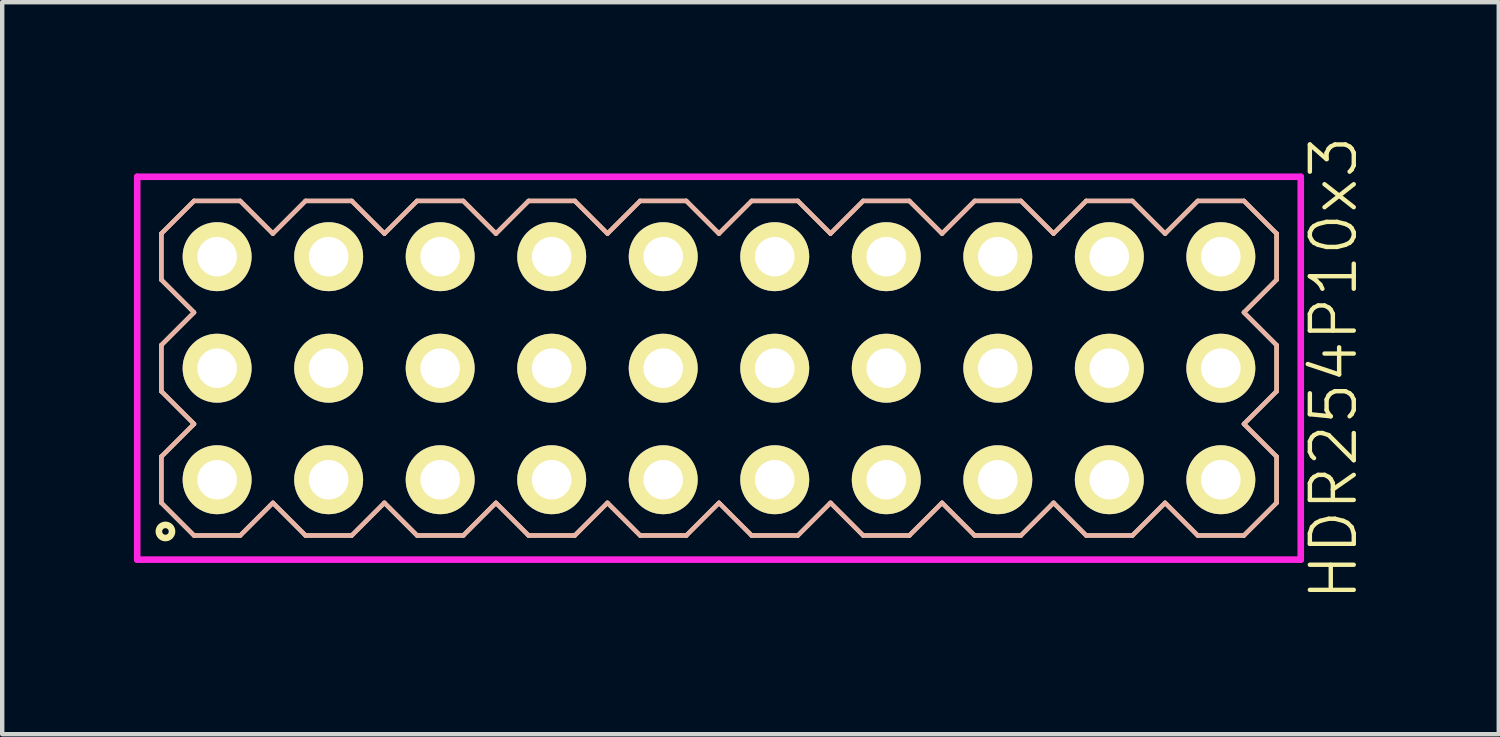
<source format=kicad_pcb>
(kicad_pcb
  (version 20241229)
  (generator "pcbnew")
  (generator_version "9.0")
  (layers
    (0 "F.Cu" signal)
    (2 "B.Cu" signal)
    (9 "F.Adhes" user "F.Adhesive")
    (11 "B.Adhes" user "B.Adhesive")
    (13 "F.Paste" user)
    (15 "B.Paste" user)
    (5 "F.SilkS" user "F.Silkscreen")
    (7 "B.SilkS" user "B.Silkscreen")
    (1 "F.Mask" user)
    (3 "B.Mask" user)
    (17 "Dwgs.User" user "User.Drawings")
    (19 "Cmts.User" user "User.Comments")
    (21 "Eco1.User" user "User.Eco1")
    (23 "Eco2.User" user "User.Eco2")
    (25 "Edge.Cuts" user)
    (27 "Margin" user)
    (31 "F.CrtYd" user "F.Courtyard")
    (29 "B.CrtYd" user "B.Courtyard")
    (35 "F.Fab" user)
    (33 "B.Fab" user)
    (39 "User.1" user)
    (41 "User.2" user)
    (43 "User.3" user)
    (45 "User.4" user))
  (footprint "HDR254P10x3"
    (layer "F.Cu")
    (at 13.325 5.336)
    (property "Reference" "HDR254P10x3" (at 14 0 90) (layer "F.SilkS") (effects (font (size 1 1) (thickness 0.1))))
    (attr through_hole)
    (fp_line (start -12.7 -3.066) (end -11.956 -3.81) (stroke (width 0.1) (type solid)) (layer "F.SilkS"))
    (fp_line (start -12.7 -2.014) (end -12.7 -3.066) (stroke (width 0.1) (type solid)) (layer "F.SilkS"))
    (fp_line (start -12.7 -0.526) (end -11.956 -1.27) (stroke (width 0.1) (type solid)) (layer "F.SilkS"))
    (fp_line (start -12.7 0.526) (end -12.7 -0.526) (stroke (width 0.1) (type solid)) (layer "F.SilkS"))
    (fp_line (start -12.7 2.014) (end -11.956 1.27) (stroke (width 0.1) (type solid)) (layer "F.SilkS"))
    (fp_line (start -12.7 3.066) (end -12.7 2.014) (stroke (width 0.1) (type solid)) (layer "F.SilkS"))
    (fp_line (start -11.956 -3.81) (end -10.904 -3.81) (stroke (width 0.1) (type solid)) (layer "F.SilkS"))
    (fp_line (start -11.956 -1.27) (end -12.7 -2.014) (stroke (width 0.1) (type solid)) (layer "F.SilkS"))
    (fp_line (start -11.956 1.27) (end -12.7 0.526) (stroke (width 0.1) (type solid)) (layer "F.SilkS"))
    (fp_line (start -11.956 3.81) (end -12.7 3.066) (stroke (width 0.1) (type solid)) (layer "F.SilkS"))
    (fp_line (start -10.904 -3.81) (end -10.16 -3.066) (stroke (width 0.1) (type solid)) (layer "F.SilkS"))
    (fp_line (start -10.904 3.81) (end -11.956 3.81) (stroke (width 0.1) (type solid)) (layer "F.SilkS"))
    (fp_line (start -10.16 -3.066) (end -9.416 -3.81) (stroke (width 0.1) (type solid)) (layer "F.SilkS"))
    (fp_line (start -10.16 3.066) (end -10.904 3.81) (stroke (width 0.1) (type solid)) (layer "F.SilkS"))
    (fp_line (start -9.416 -3.81) (end -8.364 -3.81) (stroke (width 0.1) (type solid)) (layer "F.SilkS"))
    (fp_line (start -9.416 3.81) (end -10.16 3.066) (stroke (width 0.1) (type solid)) (layer "F.SilkS"))
    (fp_line (start -8.364 -3.81) (end -7.62 -3.066) (stroke (width 0.1) (type solid)) (layer "F.SilkS"))
    (fp_line (start -8.364 3.81) (end -9.416 3.81) (stroke (width 0.1) (type solid)) (layer "F.SilkS"))
    (fp_line (start -7.62 -3.066) (end -6.876 -3.81) (stroke (width 0.1) (type solid)) (layer "F.SilkS"))
    (fp_line (start -7.62 3.066) (end -8.364 3.81) (stroke (width 0.1) (type solid)) (layer "F.SilkS"))
    (fp_line (start -6.876 -3.81) (end -5.824 -3.81) (stroke (width 0.1) (type solid)) (layer "F.SilkS"))
    (fp_line (start -6.876 3.81) (end -7.62 3.066) (stroke (width 0.1) (type solid)) (layer "F.SilkS"))
    (fp_line (start -5.824 -3.81) (end -5.08 -3.066) (stroke (width 0.1) (type solid)) (layer "F.SilkS"))
    (fp_line (start -5.824 3.81) (end -6.876 3.81) (stroke (width 0.1) (type solid)) (layer "F.SilkS"))
    (fp_line (start -5.08 -3.066) (end -4.336 -3.81) (stroke (width 0.1) (type solid)) (layer "F.SilkS"))
    (fp_line (start -5.08 3.066) (end -5.824 3.81) (stroke (width 0.1) (type solid)) (layer "F.SilkS"))
    (fp_line (start -4.336 -3.81) (end -3.284 -3.81) (stroke (width 0.1) (type solid)) (layer "F.SilkS"))
    (fp_line (start -4.336 3.81) (end -5.08 3.066) (stroke (width 0.1) (type solid)) (layer "F.SilkS"))
    (fp_line (start -3.284 -3.81) (end -2.54 -3.066) (stroke (width 0.1) (type solid)) (layer "F.SilkS"))
    (fp_line (start -3.284 3.81) (end -4.336 3.81) (stroke (width 0.1) (type solid)) (layer "F.SilkS"))
    (fp_line (start -2.54 -3.066) (end -1.796 -3.81) (stroke (width 0.1) (type solid)) (layer "F.SilkS"))
    (fp_line (start -2.54 3.066) (end -3.284 3.81) (stroke (width 0.1) (type solid)) (layer "F.SilkS"))
    (fp_line (start -1.796 -3.81) (end -0.744 -3.81) (stroke (width 0.1) (type solid)) (layer "F.SilkS"))
    (fp_line (start -1.796 3.81) (end -2.54 3.066) (stroke (width 0.1) (type solid)) (layer "F.SilkS"))
    (fp_line (start -0.744 -3.81) (end 0 -3.066) (stroke (width 0.1) (type solid)) (layer "F.SilkS"))
    (fp_line (start -0.744 3.81) (end -1.796 3.81) (stroke (width 0.1) (type solid)) (layer "F.SilkS"))
    (fp_line (start 0 -3.066) (end 0.744 -3.81) (stroke (width 0.1) (type solid)) (layer "F.SilkS"))
    (fp_line (start 0 3.066) (end -0.744 3.81) (stroke (width 0.1) (type solid)) (layer "F.SilkS"))
    (fp_line (start 0.744 -3.81) (end 1.796 -3.81) (stroke (width 0.1) (type solid)) (layer "F.SilkS"))
    (fp_line (start 0.744 3.81) (end 0 3.066) (stroke (width 0.1) (type solid)) (layer "F.SilkS"))
    (fp_line (start 1.796 -3.81) (end 2.54 -3.066) (stroke (width 0.1) (type solid)) (layer "F.SilkS"))
    (fp_line (start 1.796 3.81) (end 0.744 3.81) (stroke (width 0.1) (type solid)) (layer "F.SilkS"))
    (fp_line (start 2.54 -3.066) (end 3.284 -3.81) (stroke (width 0.1) (type solid)) (layer "F.SilkS"))
    (fp_line (start 2.54 3.066) (end 1.796 3.81) (stroke (width 0.1) (type solid)) (layer "F.SilkS"))
    (fp_line (start 3.284 -3.81) (end 4.336 -3.81) (stroke (width 0.1) (type solid)) (layer "F.SilkS"))
    (fp_line (start 3.284 3.81) (end 2.54 3.066) (stroke (width 0.1) (type solid)) (layer "F.SilkS"))
    (fp_line (start 4.336 -3.81) (end 5.08 -3.066) (stroke (width 0.1) (type solid)) (layer "F.SilkS"))
    (fp_line (start 4.336 3.81) (end 3.284 3.81) (stroke (width 0.1) (type solid)) (layer "F.SilkS"))
    (fp_line (start 5.08 -3.066) (end 5.824 -3.81) (stroke (width 0.1) (type solid)) (layer "F.SilkS"))
    (fp_line (start 5.08 3.066) (end 4.336 3.81) (stroke (width 0.1) (type solid)) (layer "F.SilkS"))
    (fp_line (start 5.824 -3.81) (end 6.876 -3.81) (stroke (width 0.1) (type solid)) (layer "F.SilkS"))
    (fp_line (start 5.824 3.81) (end 5.08 3.066) (stroke (width 0.1) (type solid)) (layer "F.SilkS"))
    (fp_line (start 6.876 -3.81) (end 7.62 -3.066) (stroke (width 0.1) (type solid)) (layer "F.SilkS"))
    (fp_line (start 6.876 3.81) (end 5.824 3.81) (stroke (width 0.1) (type solid)) (layer "F.SilkS"))
    (fp_line (start 7.62 -3.066) (end 8.364 -3.81) (stroke (width 0.1) (type solid)) (layer "F.SilkS"))
    (fp_line (start 7.62 3.066) (end 6.876 3.81) (stroke (width 0.1) (type solid)) (layer "F.SilkS"))
    (fp_line (start 8.364 -3.81) (end 9.416 -3.81) (stroke (width 0.1) (type solid)) (layer "F.SilkS"))
    (fp_line (start 8.364 3.81) (end 7.62 3.066) (stroke (width 0.1) (type solid)) (layer "F.SilkS"))
    (fp_line (start 9.416 -3.81) (end 10.16 -3.066) (stroke (width 0.1) (type solid)) (layer "F.SilkS"))
    (fp_line (start 9.416 3.81) (end 8.364 3.81) (stroke (width 0.1) (type solid)) (layer "F.SilkS"))
    (fp_line (start 10.16 -3.066) (end 10.904 -3.81) (stroke (width 0.1) (type solid)) (layer "F.SilkS"))
    (fp_line (start 10.16 3.066) (end 9.416 3.81) (stroke (width 0.1) (type solid)) (layer "F.SilkS"))
    (fp_line (start 10.904 -3.81) (end 11.956 -3.81) (stroke (width 0.1) (type solid)) (layer "F.SilkS"))
    (fp_line (start 10.904 3.81) (end 10.16 3.066) (stroke (width 0.1) (type solid)) (layer "F.SilkS"))
    (fp_line (start 11.956 -3.81) (end 12.7 -3.066) (stroke (width 0.1) (type solid)) (layer "F.SilkS"))
    (fp_line (start 11.956 -1.27) (end 12.7 -0.526) (stroke (width 0.1) (type solid)) (layer "F.SilkS"))
    (fp_line (start 11.956 1.27) (end 12.7 2.014) (stroke (width 0.1) (type solid)) (layer "F.SilkS"))
    (fp_line (start 11.956 3.81) (end 10.904 3.81) (stroke (width 0.1) (type solid)) (layer "F.SilkS"))
    (fp_line (start 12.7 -3.066) (end 12.7 -2.014) (stroke (width 0.1) (type solid)) (layer "F.SilkS"))
    (fp_line (start 12.7 -2.014) (end 11.956 -1.27) (stroke (width 0.1) (type solid)) (layer "F.SilkS"))
    (fp_line (start 12.7 -0.526) (end 12.7 0.526) (stroke (width 0.1) (type solid)) (layer "F.SilkS"))
    (fp_line (start 12.7 0.526) (end 11.956 1.27) (stroke (width 0.1) (type solid)) (layer "F.SilkS"))
    (fp_line (start 12.7 2.014) (end 12.7 3.066) (stroke (width 0.1) (type solid)) (layer "F.SilkS"))
    (fp_line (start 12.7 3.066) (end 11.956 3.81) (stroke (width 0.1) (type solid)) (layer "F.SilkS"))
    (fp_circle (center -12.607 3.718) (end -12.457 3.718) (stroke (width 0.15) (type solid)) (fill no) (layer "F.SilkS"))
    (fp_line (start -12.7 -3.066) (end -11.956 -3.81) (stroke (width 0.1) (type solid)) (layer "B.SilkS"))
    (fp_line (start -12.7 -2.014) (end -12.7 -3.066) (stroke (width 0.1) (type solid)) (layer "B.SilkS"))
    (fp_line (start -12.7 -0.526) (end -11.956 -1.27) (stroke (width 0.1) (type solid)) (layer "B.SilkS"))
    (fp_line (start -12.7 0.526) (end -12.7 -0.526) (stroke (width 0.1) (type solid)) (layer "B.SilkS"))
    (fp_line (start -12.7 2.014) (end -11.956 1.27) (stroke (width 0.1) (type solid)) (layer "B.SilkS"))
    (fp_line (start -12.7 3.066) (end -12.7 2.014) (stroke (width 0.1) (type solid)) (layer "B.SilkS"))
    (fp_line (start -11.956 -3.81) (end -10.904 -3.81) (stroke (width 0.1) (type solid)) (layer "B.SilkS"))
    (fp_line (start -11.956 -1.27) (end -12.7 -2.014) (stroke (width 0.1) (type solid)) (layer "B.SilkS"))
    (fp_line (start -11.956 1.27) (end -12.7 0.526) (stroke (width 0.1) (type solid)) (layer "B.SilkS"))
    (fp_line (start -11.956 3.81) (end -12.7 3.066) (stroke (width 0.1) (type solid)) (layer "B.SilkS"))
    (fp_line (start -10.904 -3.81) (end -10.16 -3.066) (stroke (width 0.1) (type solid)) (layer "B.SilkS"))
    (fp_line (start -10.904 3.81) (end -11.956 3.81) (stroke (width 0.1) (type solid)) (layer "B.SilkS"))
    (fp_line (start -10.16 -3.066) (end -9.416 -3.81) (stroke (width 0.1) (type solid)) (layer "B.SilkS"))
    (fp_line (start -10.16 3.066) (end -10.904 3.81) (stroke (width 0.1) (type solid)) (layer "B.SilkS"))
    (fp_line (start -9.416 -3.81) (end -8.364 -3.81) (stroke (width 0.1) (type solid)) (layer "B.SilkS"))
    (fp_line (start -9.416 3.81) (end -10.16 3.066) (stroke (width 0.1) (type solid)) (layer "B.SilkS"))
    (fp_line (start -8.364 -3.81) (end -7.62 -3.066) (stroke (width 0.1) (type solid)) (layer "B.SilkS"))
    (fp_line (start -8.364 3.81) (end -9.416 3.81) (stroke (width 0.1) (type solid)) (layer "B.SilkS"))
    (fp_line (start -7.62 -3.066) (end -6.876 -3.81) (stroke (width 0.1) (type solid)) (layer "B.SilkS"))
    (fp_line (start -7.62 3.066) (end -8.364 3.81) (stroke (width 0.1) (type solid)) (layer "B.SilkS"))
    (fp_line (start -6.876 -3.81) (end -5.824 -3.81) (stroke (width 0.1) (type solid)) (layer "B.SilkS"))
    (fp_line (start -6.876 3.81) (end -7.62 3.066) (stroke (width 0.1) (type solid)) (layer "B.SilkS"))
    (fp_line (start -5.824 -3.81) (end -5.08 -3.066) (stroke (width 0.1) (type solid)) (layer "B.SilkS"))
    (fp_line (start -5.824 3.81) (end -6.876 3.81) (stroke (width 0.1) (type solid)) (layer "B.SilkS"))
    (fp_line (start -5.08 -3.066) (end -4.336 -3.81) (stroke (width 0.1) (type solid)) (layer "B.SilkS"))
    (fp_line (start -5.08 3.066) (end -5.824 3.81) (stroke (width 0.1) (type solid)) (layer "B.SilkS"))
    (fp_line (start -4.336 -3.81) (end -3.284 -3.81) (stroke (width 0.1) (type solid)) (layer "B.SilkS"))
    (fp_line (start -4.336 3.81) (end -5.08 3.066) (stroke (width 0.1) (type solid)) (layer "B.SilkS"))
    (fp_line (start -3.284 -3.81) (end -2.54 -3.066) (stroke (width 0.1) (type solid)) (layer "B.SilkS"))
    (fp_line (start -3.284 3.81) (end -4.336 3.81) (stroke (width 0.1) (type solid)) (layer "B.SilkS"))
    (fp_line (start -2.54 -3.066) (end -1.796 -3.81) (stroke (width 0.1) (type solid)) (layer "B.SilkS"))
    (fp_line (start -2.54 3.066) (end -3.284 3.81) (stroke (width 0.1) (type solid)) (layer "B.SilkS"))
    (fp_line (start -1.796 -3.81) (end -0.744 -3.81) (stroke (width 0.1) (type solid)) (layer "B.SilkS"))
    (fp_line (start -1.796 3.81) (end -2.54 3.066) (stroke (width 0.1) (type solid)) (layer "B.SilkS"))
    (fp_line (start -0.744 -3.81) (end 0 -3.066) (stroke (width 0.1) (type solid)) (layer "B.SilkS"))
    (fp_line (start -0.744 3.81) (end -1.796 3.81) (stroke (width 0.1) (type solid)) (layer "B.SilkS"))
    (fp_line (start 0 -3.066) (end 0.744 -3.81) (stroke (width 0.1) (type solid)) (layer "B.SilkS"))
    (fp_line (start 0 3.066) (end -0.744 3.81) (stroke (width 0.1) (type solid)) (layer "B.SilkS"))
    (fp_line (start 0.744 -3.81) (end 1.796 -3.81) (stroke (width 0.1) (type solid)) (layer "B.SilkS"))
    (fp_line (start 0.744 3.81) (end 0 3.066) (stroke (width 0.1) (type solid)) (layer "B.SilkS"))
    (fp_line (start 1.796 -3.81) (end 2.54 -3.066) (stroke (width 0.1) (type solid)) (layer "B.SilkS"))
    (fp_line (start 1.796 3.81) (end 0.744 3.81) (stroke (width 0.1) (type solid)) (layer "B.SilkS"))
    (fp_line (start 2.54 -3.066) (end 3.284 -3.81) (stroke (width 0.1) (type solid)) (layer "B.SilkS"))
    (fp_line (start 2.54 3.066) (end 1.796 3.81) (stroke (width 0.1) (type solid)) (layer "B.SilkS"))
    (fp_line (start 3.284 -3.81) (end 4.336 -3.81) (stroke (width 0.1) (type solid)) (layer "B.SilkS"))
    (fp_line (start 3.284 3.81) (end 2.54 3.066) (stroke (width 0.1) (type solid)) (layer "B.SilkS"))
    (fp_line (start 4.336 -3.81) (end 5.08 -3.066) (stroke (width 0.1) (type solid)) (layer "B.SilkS"))
    (fp_line (start 4.336 3.81) (end 3.284 3.81) (stroke (width 0.1) (type solid)) (layer "B.SilkS"))
    (fp_line (start 5.08 -3.066) (end 5.824 -3.81) (stroke (width 0.1) (type solid)) (layer "B.SilkS"))
    (fp_line (start 5.08 3.066) (end 4.336 3.81) (stroke (width 0.1) (type solid)) (layer "B.SilkS"))
    (fp_line (start 5.824 -3.81) (end 6.876 -3.81) (stroke (width 0.1) (type solid)) (layer "B.SilkS"))
    (fp_line (start 5.824 3.81) (end 5.08 3.066) (stroke (width 0.1) (type solid)) (layer "B.SilkS"))
    (fp_line (start 6.876 -3.81) (end 7.62 -3.066) (stroke (width 0.1) (type solid)) (layer "B.SilkS"))
    (fp_line (start 6.876 3.81) (end 5.824 3.81) (stroke (width 0.1) (type solid)) (layer "B.SilkS"))
    (fp_line (start 7.62 -3.066) (end 8.364 -3.81) (stroke (width 0.1) (type solid)) (layer "B.SilkS"))
    (fp_line (start 7.62 3.066) (end 6.876 3.81) (stroke (width 0.1) (type solid)) (layer "B.SilkS"))
    (fp_line (start 8.364 -3.81) (end 9.416 -3.81) (stroke (width 0.1) (type solid)) (layer "B.SilkS"))
    (fp_line (start 8.364 3.81) (end 7.62 3.066) (stroke (width 0.1) (type solid)) (layer "B.SilkS"))
    (fp_line (start 9.416 -3.81) (end 10.16 -3.066) (stroke (width 0.1) (type solid)) (layer "B.SilkS"))
    (fp_line (start 9.416 3.81) (end 8.364 3.81) (stroke (width 0.1) (type solid)) (layer "B.SilkS"))
    (fp_line (start 10.16 -3.066) (end 10.904 -3.81) (stroke (width 0.1) (type solid)) (layer "B.SilkS"))
    (fp_line (start 10.16 3.066) (end 9.416 3.81) (stroke (width 0.1) (type solid)) (layer "B.SilkS"))
    (fp_line (start 10.904 -3.81) (end 11.956 -3.81) (stroke (width 0.1) (type solid)) (layer "B.SilkS"))
    (fp_line (start 10.904 3.81) (end 10.16 3.066) (stroke (width 0.1) (type solid)) (layer "B.SilkS"))
    (fp_line (start 11.956 -3.81) (end 12.7 -3.066) (stroke (width 0.1) (type solid)) (layer "B.SilkS"))
    (fp_line (start 11.956 -1.27) (end 12.7 -0.526) (stroke (width 0.1) (type solid)) (layer "B.SilkS"))
    (fp_line (start 11.956 1.27) (end 12.7 2.014) (stroke (width 0.1) (type solid)) (layer "B.SilkS"))
    (fp_line (start 11.956 3.81) (end 10.904 3.81) (stroke (width 0.1) (type solid)) (layer "B.SilkS"))
    (fp_line (start 12.7 -3.066) (end 12.7 -2.014) (stroke (width 0.1) (type solid)) (layer "B.SilkS"))
    (fp_line (start 12.7 -2.014) (end 11.956 -1.27) (stroke (width 0.1) (type solid)) (layer "B.SilkS"))
    (fp_line (start 12.7 -0.526) (end 12.7 0.526) (stroke (width 0.1) (type solid)) (layer "B.SilkS"))
    (fp_line (start 12.7 0.526) (end 11.956 1.27) (stroke (width 0.1) (type solid)) (layer "B.SilkS"))
    (fp_line (start 12.7 2.014) (end 12.7 3.066) (stroke (width 0.1) (type solid)) (layer "B.SilkS"))
    (fp_line (start 12.7 3.066) (end 11.956 3.81) (stroke (width 0.1) (type solid)) (layer "B.SilkS"))
    (fp_line (start -13.25 -4.36) (end -13.25 4.36) (stroke (width 0.15) (type solid)) (layer "F.CrtYd"))
    (fp_line (start -13.25 4.36) (end 13.25 4.36) (stroke (width 0.15) (type solid)) (layer "F.CrtYd"))
    (fp_line (start 13.25 -4.36) (end -13.25 -4.36) (stroke (width 0.15) (type solid)) (layer "F.CrtYd"))
    (fp_line (start 13.25 4.36) (end 13.25 -4.36) (stroke (width 0.15) (type solid)) (layer "F.CrtYd"))
    (pad "1" thru_hole oval (at -11.43 2.54) (size 1.57 1.57) (drill 0.9) (layers "*.Cu" "*.Mask" "F.SilkS"))
    (pad "2" thru_hole oval (at -11.43 0) (size 1.57 1.57) (drill 0.9) (layers "*.Cu" "*.Mask" "F.SilkS"))
    (pad "3" thru_hole oval (at -11.43 -2.54) (size 1.57 1.57) (drill 0.9) (layers "*.Cu" "*.Mask" "F.SilkS"))
    (pad "4" thru_hole oval (at -8.89 2.54) (size 1.57 1.57) (drill 0.9) (layers "*.Cu" "*.Mask" "F.SilkS"))
    (pad "5" thru_hole oval (at -8.89 0) (size 1.57 1.57) (drill 0.9) (layers "*.Cu" "*.Mask" "F.SilkS"))
    (pad "6" thru_hole oval (at -8.89 -2.54) (size 1.57 1.57) (drill 0.9) (layers "*.Cu" "*.Mask" "F.SilkS"))
    (pad "7" thru_hole oval (at -6.35 2.54) (size 1.57 1.57) (drill 0.9) (layers "*.Cu" "*.Mask" "F.SilkS"))
    (pad "8" thru_hole oval (at -6.35 0) (size 1.57 1.57) (drill 0.9) (layers "*.Cu" "*.Mask" "F.SilkS"))
    (pad "9" thru_hole oval (at -6.35 -2.54) (size 1.57 1.57) (drill 0.9) (layers "*.Cu" "*.Mask" "F.SilkS"))
    (pad "10" thru_hole oval (at -3.81 2.54) (size 1.57 1.57) (drill 0.9) (layers "*.Cu" "*.Mask" "F.SilkS"))
    (pad "11" thru_hole oval (at -3.81 0) (size 1.57 1.57) (drill 0.9) (layers "*.Cu" "*.Mask" "F.SilkS"))
    (pad "12" thru_hole oval (at -3.81 -2.54) (size 1.57 1.57) (drill 0.9) (layers "*.Cu" "*.Mask" "F.SilkS"))
    (pad "13" thru_hole oval (at -1.27 2.54) (size 1.57 1.57) (drill 0.9) (layers "*.Cu" "*.Mask" "F.SilkS"))
    (pad "14" thru_hole oval (at -1.27 0) (size 1.57 1.57) (drill 0.9) (layers "*.Cu" "*.Mask" "F.SilkS"))
    (pad "15" thru_hole oval (at -1.27 -2.54) (size 1.57 1.57) (drill 0.9) (layers "*.Cu" "*.Mask" "F.SilkS"))
    (pad "16" thru_hole oval (at 1.27 2.54) (size 1.57 1.57) (drill 0.9) (layers "*.Cu" "*.Mask" "F.SilkS"))
    (pad "17" thru_hole oval (at 1.27 0) (size 1.57 1.57) (drill 0.9) (layers "*.Cu" "*.Mask" "F.SilkS"))
    (pad "18" thru_hole oval (at 1.27 -2.54) (size 1.57 1.57) (drill 0.9) (layers "*.Cu" "*.Mask" "F.SilkS"))
    (pad "19" thru_hole oval (at 3.81 2.54) (size 1.57 1.57) (drill 0.9) (layers "*.Cu" "*.Mask" "F.SilkS"))
    (pad "20" thru_hole oval (at 3.81 0) (size 1.57 1.57) (drill 0.9) (layers "*.Cu" "*.Mask" "F.SilkS"))
    (pad "21" thru_hole oval (at 3.81 -2.54) (size 1.57 1.57) (drill 0.9) (layers "*.Cu" "*.Mask" "F.SilkS"))
    (pad "22" thru_hole oval (at 6.35 2.54) (size 1.57 1.57) (drill 0.9) (layers "*.Cu" "*.Mask" "F.SilkS"))
    (pad "23" thru_hole oval (at 6.35 0) (size 1.57 1.57) (drill 0.9) (layers "*.Cu" "*.Mask" "F.SilkS"))
    (pad "24" thru_hole oval (at 6.35 -2.54) (size 1.57 1.57) (drill 0.9) (layers "*.Cu" "*.Mask" "F.SilkS"))
    (pad "25" thru_hole oval (at 8.89 2.54) (size 1.57 1.57) (drill 0.9) (layers "*.Cu" "*.Mask" "F.SilkS"))
    (pad "26" thru_hole oval (at 8.89 0) (size 1.57 1.57) (drill 0.9) (layers "*.Cu" "*.Mask" "F.SilkS"))
    (pad "27" thru_hole oval (at 8.89 -2.54) (size 1.57 1.57) (drill 0.9) (layers "*.Cu" "*.Mask" "F.SilkS"))
    (pad "28" thru_hole oval (at 11.43 2.54) (size 1.57 1.57) (drill 0.9) (layers "*.Cu" "*.Mask" "F.SilkS"))
    (pad "29" thru_hole oval (at 11.43 0) (size 1.57 1.57) (drill 0.9) (layers "*.Cu" "*.Mask" "F.SilkS"))
    (pad "30" thru_hole oval (at 11.43 -2.54) (size 1.57 1.57) (drill 0.9) (layers "*.Cu" "*.Mask" "F.SilkS")))
  (gr_rect
    (start -3 -3)
    (end 31.085 13.671)
    (stroke (width 0.1) (type default))
    (fill no)
    (layer "Edge.Cuts")))
</source>
